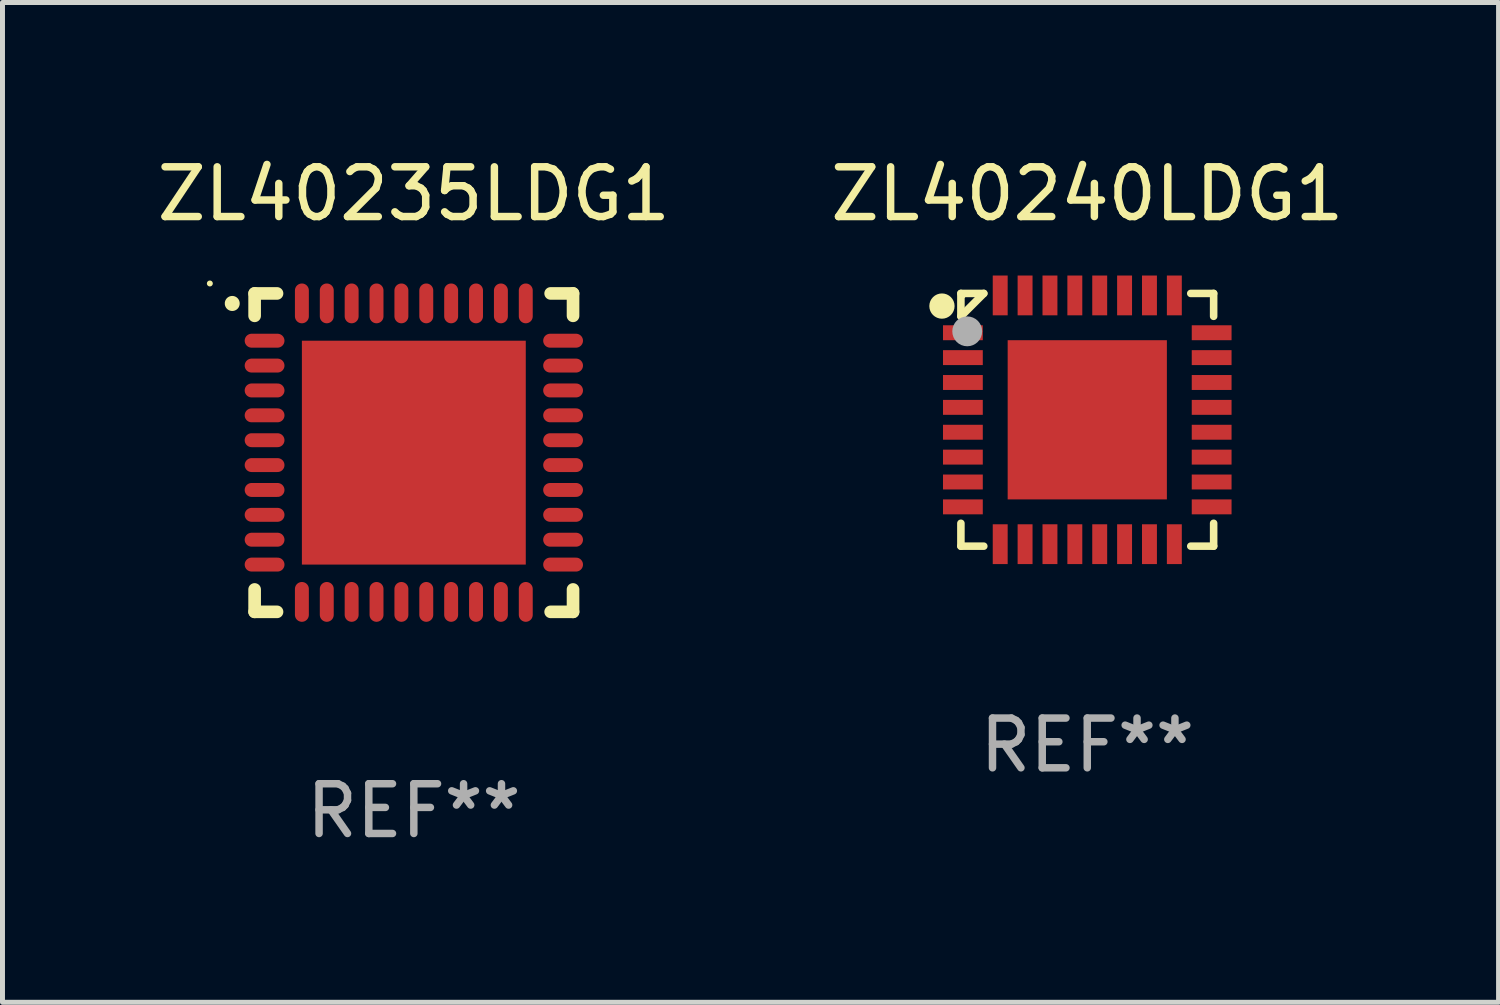
<source format=kicad_pcb>
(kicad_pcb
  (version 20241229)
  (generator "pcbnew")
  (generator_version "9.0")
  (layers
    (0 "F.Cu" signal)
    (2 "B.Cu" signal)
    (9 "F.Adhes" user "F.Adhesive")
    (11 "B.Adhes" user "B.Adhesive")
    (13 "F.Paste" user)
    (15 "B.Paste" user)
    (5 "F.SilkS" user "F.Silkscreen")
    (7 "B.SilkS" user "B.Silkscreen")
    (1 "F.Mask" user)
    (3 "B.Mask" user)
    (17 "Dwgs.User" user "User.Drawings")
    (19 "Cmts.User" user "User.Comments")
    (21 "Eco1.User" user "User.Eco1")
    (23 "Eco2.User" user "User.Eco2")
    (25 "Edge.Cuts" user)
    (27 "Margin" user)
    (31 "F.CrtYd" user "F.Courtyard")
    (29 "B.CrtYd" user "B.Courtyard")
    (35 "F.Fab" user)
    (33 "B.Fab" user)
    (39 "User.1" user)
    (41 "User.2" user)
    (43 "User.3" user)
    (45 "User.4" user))
  (footprint "ZL40240LDG1"
    (layer "F.Cu")
    (at 18.804 5.388)
    (property "Reference" "ZL40240LDG1" (at 0 -4.54 0) (layer "F.SilkS") (effects (font (size 1 1) (thickness 0.15))))
    (attr through_hole)
    (fp_line (start -2.54 -2.54) (end -2.08 -2.54) (stroke (width 0.152) (type solid)) (layer "F.SilkS"))
    (fp_line (start -2.54 -2.08) (end -2.54 -2.54) (stroke (width 0.152) (type solid)) (layer "F.SilkS"))
    (fp_line (start -2.54 -2.08) (end -2.08 -2.54) (stroke (width 0.152) (type solid)) (layer "F.SilkS"))
    (fp_line (start -2.54 2.54) (end -2.54 2.08) (stroke (width 0.152) (type solid)) (layer "F.SilkS"))
    (fp_line (start -2.08 2.54) (end -2.54 2.54) (stroke (width 0.152) (type solid)) (layer "F.SilkS"))
    (fp_line (start 2.08 -2.54) (end 2.54 -2.54) (stroke (width 0.152) (type solid)) (layer "F.SilkS"))
    (fp_line (start 2.54 -2.54) (end 2.54 -2.08) (stroke (width 0.152) (type solid)) (layer "F.SilkS"))
    (fp_line (start 2.54 2.08) (end 2.54 2.54) (stroke (width 0.152) (type solid)) (layer "F.SilkS"))
    (fp_line (start 2.54 2.54) (end 2.08 2.54) (stroke (width 0.152) (type solid)) (layer "F.SilkS"))
    (fp_circle (center -2.921 -2.286) (end -2.794 -2.286) (stroke (width 0.254) (type solid)) (fill no) (layer "F.SilkS"))
    (fp_circle (center -2.5 -2.5) (end -2.47 -2.5) (stroke (width 0.06) (type solid)) (fill no) (layer "F.SilkS"))
    (fp_circle (center -2.413 -1.778) (end -2.263 -1.778) (stroke (width 0.3) (type solid)) (fill no) (layer "F.Fab"))
    (fp_text user "REF**" (at 0 6.54 0) (layer "F.Fab") (effects (font (size 1 1) (thickness 0.15))))
    (pad "1" smd rect (at -2.5 -1.75 90) (size 0.3 0.8) (layers "F.Cu" "F.Mask" "F.Paste"))
    (pad "2" smd rect (at -2.5 -1.25 90) (size 0.3 0.8) (layers "F.Cu" "F.Mask" "F.Paste"))
    (pad "3" smd rect (at -2.5 -0.75 90) (size 0.3 0.8) (layers "F.Cu" "F.Mask" "F.Paste"))
    (pad "4" smd rect (at -2.5 -0.25 90) (size 0.3 0.8) (layers "F.Cu" "F.Mask" "F.Paste"))
    (pad "5" smd rect (at -2.5 0.25 90) (size 0.3 0.8) (layers "F.Cu" "F.Mask" "F.Paste"))
    (pad "6" smd rect (at -2.5 0.75 90) (size 0.3 0.8) (layers "F.Cu" "F.Mask" "F.Paste"))
    (pad "7" smd rect (at -2.5 1.25 90) (size 0.3 0.8) (layers "F.Cu" "F.Mask" "F.Paste"))
    (pad "8" smd rect (at -2.5 1.75 90) (size 0.3 0.8) (layers "F.Cu" "F.Mask" "F.Paste"))
    (pad "9" smd rect (at -1.75 2.5 180) (size 0.3 0.8) (layers "F.Cu" "F.Mask" "F.Paste"))
    (pad "10" smd rect (at -1.25 2.5 180) (size 0.3 0.8) (layers "F.Cu" "F.Mask" "F.Paste"))
    (pad "11" smd rect (at -0.75 2.5 180) (size 0.3 0.8) (layers "F.Cu" "F.Mask" "F.Paste"))
    (pad "12" smd rect (at -0.25 2.5 180) (size 0.3 0.8) (layers "F.Cu" "F.Mask" "F.Paste"))
    (pad "13" smd rect (at 0.25 2.5 180) (size 0.3 0.8) (layers "F.Cu" "F.Mask" "F.Paste"))
    (pad "14" smd rect (at 0.75 2.5 180) (size 0.3 0.8) (layers "F.Cu" "F.Mask" "F.Paste"))
    (pad "15" smd rect (at 1.25 2.5 180) (size 0.3 0.8) (layers "F.Cu" "F.Mask" "F.Paste"))
    (pad "16" smd rect (at 1.75 2.5 180) (size 0.3 0.8) (layers "F.Cu" "F.Mask" "F.Paste"))
    (pad "17" smd rect (at 2.5 1.75 270) (size 0.3 0.8) (layers "F.Cu" "F.Mask" "F.Paste"))
    (pad "18" smd rect (at 2.5 1.25 270) (size 0.3 0.8) (layers "F.Cu" "F.Mask" "F.Paste"))
    (pad "19" smd rect (at 2.5 0.75 270) (size 0.3 0.8) (layers "F.Cu" "F.Mask" "F.Paste"))
    (pad "20" smd rect (at 2.5 0.25 270) (size 0.3 0.8) (layers "F.Cu" "F.Mask" "F.Paste"))
    (pad "21" smd rect (at 2.5 -0.25 270) (size 0.3 0.8) (layers "F.Cu" "F.Mask" "F.Paste"))
    (pad "22" smd rect (at 2.5 -0.75 270) (size 0.3 0.8) (layers "F.Cu" "F.Mask" "F.Paste"))
    (pad "23" smd rect (at 2.5 -1.25 270) (size 0.3 0.8) (layers "F.Cu" "F.Mask" "F.Paste"))
    (pad "24" smd rect (at 2.5 -1.75 270) (size 0.3 0.8) (layers "F.Cu" "F.Mask" "F.Paste"))
    (pad "25" smd rect (at 1.75 -2.5) (size 0.3 0.8) (layers "F.Cu" "F.Mask" "F.Paste"))
    (pad "26" smd rect (at 1.25 -2.5) (size 0.3 0.8) (layers "F.Cu" "F.Mask" "F.Paste"))
    (pad "27" smd rect (at 0.75 -2.5) (size 0.3 0.8) (layers "F.Cu" "F.Mask" "F.Paste"))
    (pad "28" smd rect (at 0.25 -2.5) (size 0.3 0.8) (layers "F.Cu" "F.Mask" "F.Paste"))
    (pad "29" smd rect (at -0.25 -2.5) (size 0.3 0.8) (layers "F.Cu" "F.Mask" "F.Paste"))
    (pad "30" smd rect (at -0.75 -2.5) (size 0.3 0.8) (layers "F.Cu" "F.Mask" "F.Paste"))
    (pad "31" smd rect (at -1.25 -2.5) (size 0.3 0.8) (layers "F.Cu" "F.Mask" "F.Paste"))
    (pad "32" smd rect (at -1.75 -2.5) (size 0.3 0.8) (layers "F.Cu" "F.Mask" "F.Paste"))
    (pad "33" smd rect (at 0 0 90) (size 3.2 3.2) (layers "F.Cu" "F.Mask" "F.Paste")))
  (footprint "ZL40235LDG1"
    (layer "F.Cu")
    (at 5.268 6.048)
    (property "Reference" "ZL40235LDG1" (at 0 -5.2 0) (layer "F.SilkS") (effects (font (size 1 1) (thickness 0.15))))
    (attr through_hole)
    (fp_line (start -3.2 -3.2) (end -2.75 -3.2) (stroke (width 0.254) (type solid)) (layer "F.SilkS"))
    (fp_line (start -3.2 -2.75) (end -3.2 -3.2) (stroke (width 0.254) (type solid)) (layer "F.SilkS"))
    (fp_line (start -3.2 3.2) (end -3.2 2.75) (stroke (width 0.254) (type solid)) (layer "F.SilkS"))
    (fp_line (start -2.75 3.2) (end -3.2 3.2) (stroke (width 0.254) (type solid)) (layer "F.SilkS"))
    (fp_line (start 2.75 3.2) (end 3.2 3.2) (stroke (width 0.254) (type solid)) (layer "F.SilkS"))
    (fp_line (start 3.2 -3.2) (end 2.75 -3.2) (stroke (width 0.254) (type solid)) (layer "F.SilkS"))
    (fp_line (start 3.2 -2.75) (end 3.2 -3.2) (stroke (width 0.254) (type solid)) (layer "F.SilkS"))
    (fp_line (start 3.2 3.2) (end 3.2 2.75) (stroke (width 0.254) (type solid)) (layer "F.SilkS"))
    (fp_arc (start -3.649987 -2.997206) (mid -3.649992 -2.998476) (end -3.649987 -2.999746) (stroke (width 0.3) (type solid)) (layer "F.SilkS"))
    (fp_circle (center -4.1 -3.4) (end -4.07 -3.4) (stroke (width 0.06) (type solid)) (fill no) (layer "F.SilkS"))
    (fp_text user "REF**" (at 0 7.2 0) (layer "F.Fab") (effects (font (size 1 1) (thickness 0.15))))
    (pad "1" smd oval (at -3 -2.25 90) (size 0.28 0.8) (layers "F.Cu" "F.Mask" "F.Paste"))
    (pad "2" smd oval (at -3 -1.75 90) (size 0.28 0.8) (layers "F.Cu" "F.Mask" "F.Paste"))
    (pad "3" smd oval (at -3 -1.25 90) (size 0.28 0.8) (layers "F.Cu" "F.Mask" "F.Paste"))
    (pad "4" smd oval (at -3 -0.75 90) (size 0.28 0.8) (layers "F.Cu" "F.Mask" "F.Paste"))
    (pad "5" smd oval (at -3 -0.25 90) (size 0.28 0.8) (layers "F.Cu" "F.Mask" "F.Paste"))
    (pad "6" smd oval (at -3 0.25 90) (size 0.28 0.8) (layers "F.Cu" "F.Mask" "F.Paste"))
    (pad "7" smd oval (at -3 0.75 90) (size 0.28 0.8) (layers "F.Cu" "F.Mask" "F.Paste"))
    (pad "8" smd oval (at -3 1.25 90) (size 0.28 0.8) (layers "F.Cu" "F.Mask" "F.Paste"))
    (pad "9" smd oval (at -3 1.75 90) (size 0.28 0.8) (layers "F.Cu" "F.Mask" "F.Paste"))
    (pad "10" smd oval (at -3 2.25 90) (size 0.28 0.8) (layers "F.Cu" "F.Mask" "F.Paste"))
    (pad "11" smd oval (at -2.25 3) (size 0.28 0.8) (layers "F.Cu" "F.Mask" "F.Paste"))
    (pad "12" smd oval (at -1.75 3) (size 0.28 0.8) (layers "F.Cu" "F.Mask" "F.Paste"))
    (pad "13" smd oval (at -1.25 3) (size 0.28 0.8) (layers "F.Cu" "F.Mask" "F.Paste"))
    (pad "14" smd oval (at -0.75 3) (size 0.28 0.8) (layers "F.Cu" "F.Mask" "F.Paste"))
    (pad "15" smd oval (at -0.25 3) (size 0.28 0.8) (layers "F.Cu" "F.Mask" "F.Paste"))
    (pad "16" smd oval (at 0.25 3) (size 0.28 0.8) (layers "F.Cu" "F.Mask" "F.Paste"))
    (pad "17" smd oval (at 0.75 3) (size 0.28 0.8) (layers "F.Cu" "F.Mask" "F.Paste"))
    (pad "18" smd oval (at 1.25 3) (size 0.28 0.8) (layers "F.Cu" "F.Mask" "F.Paste"))
    (pad "19" smd oval (at 1.75 3) (size 0.28 0.8) (layers "F.Cu" "F.Mask" "F.Paste"))
    (pad "20" smd oval (at 2.25 3) (size 0.28 0.8) (layers "F.Cu" "F.Mask" "F.Paste"))
    (pad "21" smd oval (at 3 2.25 90) (size 0.28 0.8) (layers "F.Cu" "F.Mask" "F.Paste"))
    (pad "22" smd oval (at 3 1.75 90) (size 0.28 0.8) (layers "F.Cu" "F.Mask" "F.Paste"))
    (pad "23" smd oval (at 3 1.25 90) (size 0.28 0.8) (layers "F.Cu" "F.Mask" "F.Paste"))
    (pad "24" smd oval (at 3 0.75 90) (size 0.28 0.8) (layers "F.Cu" "F.Mask" "F.Paste"))
    (pad "25" smd oval (at 3 0.25 90) (size 0.28 0.8) (layers "F.Cu" "F.Mask" "F.Paste"))
    (pad "26" smd oval (at 3 -0.25 90) (size 0.28 0.8) (layers "F.Cu" "F.Mask" "F.Paste"))
    (pad "27" smd oval (at 3 -0.75 90) (size 0.28 0.8) (layers "F.Cu" "F.Mask" "F.Paste"))
    (pad "28" smd oval (at 3 -1.25 90) (size 0.28 0.8) (layers "F.Cu" "F.Mask" "F.Paste"))
    (pad "29" smd oval (at 3 -1.75 90) (size 0.28 0.8) (layers "F.Cu" "F.Mask" "F.Paste"))
    (pad "30" smd oval (at 3 -2.25 90) (size 0.28 0.8) (layers "F.Cu" "F.Mask" "F.Paste"))
    (pad "31" smd oval (at 2.25 -3) (size 0.28 0.8) (layers "F.Cu" "F.Mask" "F.Paste"))
    (pad "32" smd oval (at 1.75 -3) (size 0.28 0.8) (layers "F.Cu" "F.Mask" "F.Paste"))
    (pad "33" smd oval (at 1.25 -3) (size 0.28 0.8) (layers "F.Cu" "F.Mask" "F.Paste"))
    (pad "34" smd oval (at 0.75 -3) (size 0.28 0.8) (layers "F.Cu" "F.Mask" "F.Paste"))
    (pad "35" smd oval (at 0.25 -3) (size 0.28 0.8) (layers "F.Cu" "F.Mask" "F.Paste"))
    (pad "36" smd oval (at -0.25 -3) (size 0.28 0.8) (layers "F.Cu" "F.Mask" "F.Paste"))
    (pad "37" smd oval (at -0.75 -3) (size 0.28 0.8) (layers "F.Cu" "F.Mask" "F.Paste"))
    (pad "38" smd oval (at -1.25 -3) (size 0.28 0.8) (layers "F.Cu" "F.Mask" "F.Paste"))
    (pad "39" smd oval (at -1.75 -3) (size 0.28 0.8) (layers "F.Cu" "F.Mask" "F.Paste"))
    (pad "40" smd oval (at -2.25 -3) (size 0.28 0.8) (layers "F.Cu" "F.Mask" "F.Paste"))
    (pad "41" smd rect (at 0 0) (size 4.5 4.5) (layers "F.Cu" "F.Mask" "F.Paste")))
  (gr_rect
    (start -3 -3)
    (end 27.071 17.096)
    (stroke (width 0.1) (type default))
    (fill no)
    (layer "Edge.Cuts")))
</source>
